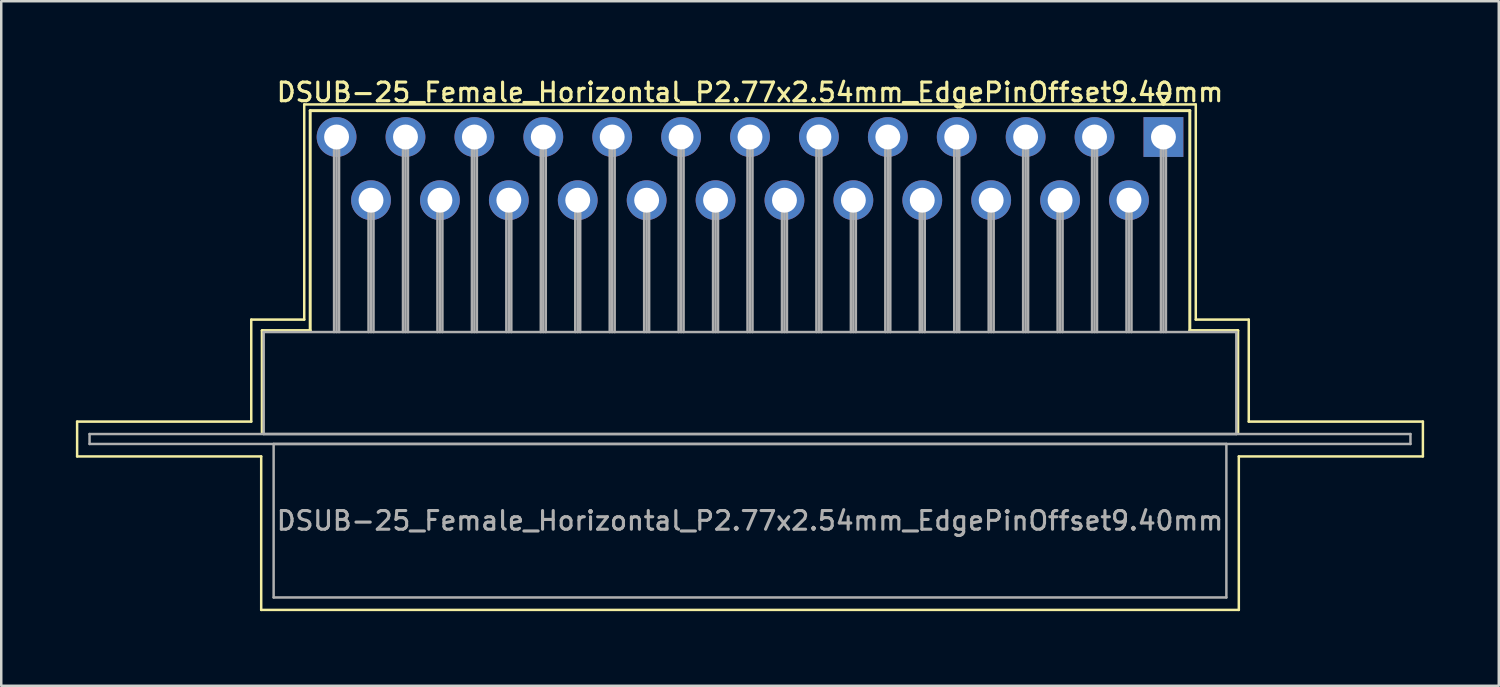
<source format=kicad_pcb>
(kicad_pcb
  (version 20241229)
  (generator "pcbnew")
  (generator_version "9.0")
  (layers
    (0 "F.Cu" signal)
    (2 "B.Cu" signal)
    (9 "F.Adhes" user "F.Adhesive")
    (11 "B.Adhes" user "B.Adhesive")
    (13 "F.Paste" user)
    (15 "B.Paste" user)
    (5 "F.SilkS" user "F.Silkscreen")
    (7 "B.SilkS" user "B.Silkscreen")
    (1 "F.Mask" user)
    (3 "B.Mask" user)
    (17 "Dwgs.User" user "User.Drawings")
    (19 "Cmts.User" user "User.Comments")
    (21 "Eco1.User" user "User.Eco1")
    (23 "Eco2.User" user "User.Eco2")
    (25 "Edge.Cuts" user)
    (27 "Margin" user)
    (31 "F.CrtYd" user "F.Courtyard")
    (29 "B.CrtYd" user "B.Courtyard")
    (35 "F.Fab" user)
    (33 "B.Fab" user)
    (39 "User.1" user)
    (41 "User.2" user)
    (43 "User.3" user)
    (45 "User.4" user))
  (footprint "DSUB-25_Female_Horizontal_P2.77x2.54mm_EdgePinOffset9.40mm"
    (layer "F.Cu")
    (at 43.72 2.458)
    (property "Reference" "DSUB-25_Female_Horizontal_P2.77x2.54mm_EdgePinOffset9.40mm" (at -16.62 -1.8 0) (layer "F.SilkS") (effects (font (size 0.75 0.75) (thickness 0.125))))
    (attr through_hole)
    (fp_line (start -43.67 11.44) (end -36.67 11.44) (stroke (width 0.1) (type solid)) (layer "F.SilkS"))
    (fp_line (start -43.67 12.84) (end -43.67 11.44) (stroke (width 0.1) (type solid)) (layer "F.SilkS"))
    (fp_line (start -36.67 7.34) (end -34.54 7.34) (stroke (width 0.1) (type solid)) (layer "F.SilkS"))
    (fp_line (start -36.67 11.44) (end -36.67 7.34) (stroke (width 0.1) (type solid)) (layer "F.SilkS"))
    (fp_line (start -36.27 12.84) (end -43.67 12.84) (stroke (width 0.1) (type solid)) (layer "F.SilkS"))
    (fp_line (start -36.27 19.01) (end -36.27 12.84) (stroke (width 0.1) (type solid)) (layer "F.SilkS"))
    (fp_line (start -36.23 7.78) (end -34.3 7.78) (stroke (width 0.12) (type solid)) (layer "F.SilkS"))
    (fp_line (start -36.23 11.88) (end -36.23 7.78) (stroke (width 0.12) (type solid)) (layer "F.SilkS"))
    (fp_line (start -34.54 -1.31) (end 1.3 -1.31) (stroke (width 0.1) (type solid)) (layer "F.SilkS"))
    (fp_line (start -34.54 7.34) (end -34.54 -1.31) (stroke (width 0.1) (type solid)) (layer "F.SilkS"))
    (fp_line (start -34.3 -1.06) (end 1.06 -1.06) (stroke (width 0.12) (type solid)) (layer "F.SilkS"))
    (fp_line (start -34.3 7.78) (end -34.3 -1.06) (stroke (width 0.12) (type solid)) (layer "F.SilkS"))
    (fp_line (start -0.25 -1.754) (end 0.25 -1.754) (stroke (width 0.12) (type solid)) (layer "F.SilkS"))
    (fp_line (start 0 -1.321) (end -0.25 -1.754) (stroke (width 0.12) (type solid)) (layer "F.SilkS"))
    (fp_line (start 0.25 -1.754) (end 0 -1.321) (stroke (width 0.12) (type solid)) (layer "F.SilkS"))
    (fp_line (start 1.06 -1.06) (end 1.06 7.78) (stroke (width 0.12) (type solid)) (layer "F.SilkS"))
    (fp_line (start 1.06 7.78) (end 2.99 7.78) (stroke (width 0.12) (type solid)) (layer "F.SilkS"))
    (fp_line (start 1.3 -1.31) (end 1.3 7.34) (stroke (width 0.1) (type solid)) (layer "F.SilkS"))
    (fp_line (start 1.3 7.34) (end 3.43 7.34) (stroke (width 0.1) (type solid)) (layer "F.SilkS"))
    (fp_line (start 2.99 7.78) (end 2.99 11.88) (stroke (width 0.12) (type solid)) (layer "F.SilkS"))
    (fp_line (start 3.03 12.84) (end 3.03 19.01) (stroke (width 0.1) (type solid)) (layer "F.SilkS"))
    (fp_line (start 3.03 19.01) (end -36.27 19.01) (stroke (width 0.1) (type solid)) (layer "F.SilkS"))
    (fp_line (start 3.43 7.34) (end 3.43 11.44) (stroke (width 0.1) (type solid)) (layer "F.SilkS"))
    (fp_line (start 3.43 11.44) (end 10.43 11.44) (stroke (width 0.1) (type solid)) (layer "F.SilkS"))
    (fp_line (start 10.43 11.44) (end 10.43 12.84) (stroke (width 0.1) (type solid)) (layer "F.SilkS"))
    (fp_line (start 10.43 12.84) (end 3.03 12.84) (stroke (width 0.1) (type solid)) (layer "F.SilkS"))
    (fp_line (start -43.17 11.94) (end -43.17 12.34) (stroke (width 0.1) (type solid)) (layer "F.Fab"))
    (fp_line (start -43.17 12.34) (end 9.93 12.34) (stroke (width 0.1) (type solid)) (layer "F.Fab"))
    (fp_line (start -36.17 7.84) (end -36.17 11.94) (stroke (width 0.1) (type solid)) (layer "F.Fab"))
    (fp_line (start -36.17 11.94) (end 2.93 11.94) (stroke (width 0.1) (type solid)) (layer "F.Fab"))
    (fp_line (start -35.77 12.34) (end -35.77 18.51) (stroke (width 0.1) (type solid)) (layer "F.Fab"))
    (fp_line (start -35.77 18.51) (end 2.53 18.51) (stroke (width 0.1) (type solid)) (layer "F.Fab"))
    (fp_line (start -33.34 0) (end -33.34 7.84) (stroke (width 0.1) (type solid)) (layer "F.Fab"))
    (fp_line (start -33.24 0) (end -33.24 7.84) (stroke (width 0.1) (type solid)) (layer "F.Fab"))
    (fp_line (start -33.14 0) (end -33.14 7.84) (stroke (width 0.1) (type solid)) (layer "F.Fab"))
    (fp_line (start -31.955 2.54) (end -31.955 7.84) (stroke (width 0.1) (type solid)) (layer "F.Fab"))
    (fp_line (start -31.855 2.54) (end -31.855 7.84) (stroke (width 0.1) (type solid)) (layer "F.Fab"))
    (fp_line (start -31.755 2.54) (end -31.755 7.84) (stroke (width 0.1) (type solid)) (layer "F.Fab"))
    (fp_line (start -30.57 0) (end -30.57 7.84) (stroke (width 0.1) (type solid)) (layer "F.Fab"))
    (fp_line (start -30.47 0) (end -30.47 7.84) (stroke (width 0.1) (type solid)) (layer "F.Fab"))
    (fp_line (start -30.37 0) (end -30.37 7.84) (stroke (width 0.1) (type solid)) (layer "F.Fab"))
    (fp_line (start -29.185 2.54) (end -29.185 7.84) (stroke (width 0.1) (type solid)) (layer "F.Fab"))
    (fp_line (start -29.085 2.54) (end -29.085 7.84) (stroke (width 0.1) (type solid)) (layer "F.Fab"))
    (fp_line (start -28.985 2.54) (end -28.985 7.84) (stroke (width 0.1) (type solid)) (layer "F.Fab"))
    (fp_line (start -27.8 0) (end -27.8 7.84) (stroke (width 0.1) (type solid)) (layer "F.Fab"))
    (fp_line (start -27.7 0) (end -27.7 7.84) (stroke (width 0.1) (type solid)) (layer "F.Fab"))
    (fp_line (start -27.6 0) (end -27.6 7.84) (stroke (width 0.1) (type solid)) (layer "F.Fab"))
    (fp_line (start -26.415 2.54) (end -26.415 7.84) (stroke (width 0.1) (type solid)) (layer "F.Fab"))
    (fp_line (start -26.315 2.54) (end -26.315 7.84) (stroke (width 0.1) (type solid)) (layer "F.Fab"))
    (fp_line (start -26.215 2.54) (end -26.215 7.84) (stroke (width 0.1) (type solid)) (layer "F.Fab"))
    (fp_line (start -25.03 0) (end -25.03 7.84) (stroke (width 0.1) (type solid)) (layer "F.Fab"))
    (fp_line (start -24.93 0) (end -24.93 7.84) (stroke (width 0.1) (type solid)) (layer "F.Fab"))
    (fp_line (start -24.83 0) (end -24.83 7.84) (stroke (width 0.1) (type solid)) (layer "F.Fab"))
    (fp_line (start -23.645 2.54) (end -23.645 7.84) (stroke (width 0.1) (type solid)) (layer "F.Fab"))
    (fp_line (start -23.545 2.54) (end -23.545 7.84) (stroke (width 0.1) (type solid)) (layer "F.Fab"))
    (fp_line (start -23.445 2.54) (end -23.445 7.84) (stroke (width 0.1) (type solid)) (layer "F.Fab"))
    (fp_line (start -22.26 0) (end -22.26 7.84) (stroke (width 0.1) (type solid)) (layer "F.Fab"))
    (fp_line (start -22.16 0) (end -22.16 7.84) (stroke (width 0.1) (type solid)) (layer "F.Fab"))
    (fp_line (start -22.06 0) (end -22.06 7.84) (stroke (width 0.1) (type solid)) (layer "F.Fab"))
    (fp_line (start -20.875 2.54) (end -20.875 7.84) (stroke (width 0.1) (type solid)) (layer "F.Fab"))
    (fp_line (start -20.775 2.54) (end -20.775 7.84) (stroke (width 0.1) (type solid)) (layer "F.Fab"))
    (fp_line (start -20.675 2.54) (end -20.675 7.84) (stroke (width 0.1) (type solid)) (layer "F.Fab"))
    (fp_line (start -19.49 0) (end -19.49 7.84) (stroke (width 0.1) (type solid)) (layer "F.Fab"))
    (fp_line (start -19.39 0) (end -19.39 7.84) (stroke (width 0.1) (type solid)) (layer "F.Fab"))
    (fp_line (start -19.29 0) (end -19.29 7.84) (stroke (width 0.1) (type solid)) (layer "F.Fab"))
    (fp_line (start -18.105 2.54) (end -18.105 7.84) (stroke (width 0.1) (type solid)) (layer "F.Fab"))
    (fp_line (start -18.005 2.54) (end -18.005 7.84) (stroke (width 0.1) (type solid)) (layer "F.Fab"))
    (fp_line (start -17.905 2.54) (end -17.905 7.84) (stroke (width 0.1) (type solid)) (layer "F.Fab"))
    (fp_line (start -16.72 0) (end -16.72 7.84) (stroke (width 0.1) (type solid)) (layer "F.Fab"))
    (fp_line (start -16.62 0) (end -16.62 7.84) (stroke (width 0.1) (type solid)) (layer "F.Fab"))
    (fp_line (start -16.52 0) (end -16.52 7.84) (stroke (width 0.1) (type solid)) (layer "F.Fab"))
    (fp_line (start -15.335 2.54) (end -15.335 7.84) (stroke (width 0.1) (type solid)) (layer "F.Fab"))
    (fp_line (start -15.235 2.54) (end -15.235 7.84) (stroke (width 0.1) (type solid)) (layer "F.Fab"))
    (fp_line (start -15.135 2.54) (end -15.135 7.84) (stroke (width 0.1) (type solid)) (layer "F.Fab"))
    (fp_line (start -13.95 0) (end -13.95 7.84) (stroke (width 0.1) (type solid)) (layer "F.Fab"))
    (fp_line (start -13.85 0) (end -13.85 7.84) (stroke (width 0.1) (type solid)) (layer "F.Fab"))
    (fp_line (start -13.75 0) (end -13.75 7.84) (stroke (width 0.1) (type solid)) (layer "F.Fab"))
    (fp_line (start -12.565 2.54) (end -12.565 7.84) (stroke (width 0.1) (type solid)) (layer "F.Fab"))
    (fp_line (start -12.465 2.54) (end -12.465 7.84) (stroke (width 0.1) (type solid)) (layer "F.Fab"))
    (fp_line (start -12.365 2.54) (end -12.365 7.84) (stroke (width 0.1) (type solid)) (layer "F.Fab"))
    (fp_line (start -11.18 0) (end -11.18 7.84) (stroke (width 0.1) (type solid)) (layer "F.Fab"))
    (fp_line (start -11.08 0) (end -11.08 7.84) (stroke (width 0.1) (type solid)) (layer "F.Fab"))
    (fp_line (start -10.98 0) (end -10.98 7.84) (stroke (width 0.1) (type solid)) (layer "F.Fab"))
    (fp_line (start -9.795 2.54) (end -9.795 7.84) (stroke (width 0.1) (type solid)) (layer "F.Fab"))
    (fp_line (start -9.695 2.54) (end -9.695 7.84) (stroke (width 0.1) (type solid)) (layer "F.Fab"))
    (fp_line (start -9.595 2.54) (end -9.595 7.84) (stroke (width 0.1) (type solid)) (layer "F.Fab"))
    (fp_line (start -8.41 0) (end -8.41 7.84) (stroke (width 0.1) (type solid)) (layer "F.Fab"))
    (fp_line (start -8.31 0) (end -8.31 7.84) (stroke (width 0.1) (type solid)) (layer "F.Fab"))
    (fp_line (start -8.21 0) (end -8.21 7.84) (stroke (width 0.1) (type solid)) (layer "F.Fab"))
    (fp_line (start -7.025 2.54) (end -7.025 7.84) (stroke (width 0.1) (type solid)) (layer "F.Fab"))
    (fp_line (start -6.925 2.54) (end -6.925 7.84) (stroke (width 0.1) (type solid)) (layer "F.Fab"))
    (fp_line (start -6.825 2.54) (end -6.825 7.84) (stroke (width 0.1) (type solid)) (layer "F.Fab"))
    (fp_line (start -5.64 0) (end -5.64 7.84) (stroke (width 0.1) (type solid)) (layer "F.Fab"))
    (fp_line (start -5.54 0) (end -5.54 7.84) (stroke (width 0.1) (type solid)) (layer "F.Fab"))
    (fp_line (start -5.44 0) (end -5.44 7.84) (stroke (width 0.1) (type solid)) (layer "F.Fab"))
    (fp_line (start -4.255 2.54) (end -4.255 7.84) (stroke (width 0.1) (type solid)) (layer "F.Fab"))
    (fp_line (start -4.155 2.54) (end -4.155 7.84) (stroke (width 0.1) (type solid)) (layer "F.Fab"))
    (fp_line (start -4.055 2.54) (end -4.055 7.84) (stroke (width 0.1) (type solid)) (layer "F.Fab"))
    (fp_line (start -2.87 0) (end -2.87 7.84) (stroke (width 0.1) (type solid)) (layer "F.Fab"))
    (fp_line (start -2.77 0) (end -2.77 7.84) (stroke (width 0.1) (type solid)) (layer "F.Fab"))
    (fp_line (start -2.67 0) (end -2.67 7.84) (stroke (width 0.1) (type solid)) (layer "F.Fab"))
    (fp_line (start -1.485 2.54) (end -1.485 7.84) (stroke (width 0.1) (type solid)) (layer "F.Fab"))
    (fp_line (start -1.385 2.54) (end -1.385 7.84) (stroke (width 0.1) (type solid)) (layer "F.Fab"))
    (fp_line (start -1.285 2.54) (end -1.285 7.84) (stroke (width 0.1) (type solid)) (layer "F.Fab"))
    (fp_line (start -0.1 0) (end -0.1 7.84) (stroke (width 0.1) (type solid)) (layer "F.Fab"))
    (fp_line (start 0 0) (end 0 7.84) (stroke (width 0.1) (type solid)) (layer "F.Fab"))
    (fp_line (start 0.1 0) (end 0.1 7.84) (stroke (width 0.1) (type solid)) (layer "F.Fab"))
    (fp_line (start 2.53 12.34) (end -35.77 12.34) (stroke (width 0.1) (type solid)) (layer "F.Fab"))
    (fp_line (start 2.53 18.51) (end 2.53 12.34) (stroke (width 0.1) (type solid)) (layer "F.Fab"))
    (fp_line (start 2.93 7.84) (end -36.17 7.84) (stroke (width 0.1) (type solid)) (layer "F.Fab"))
    (fp_line (start 2.93 11.94) (end 2.93 7.84) (stroke (width 0.1) (type solid)) (layer "F.Fab"))
    (fp_line (start 9.93 11.94) (end -43.17 11.94) (stroke (width 0.1) (type solid)) (layer "F.Fab"))
    (fp_line (start 9.93 12.34) (end 9.93 11.94) (stroke (width 0.1) (type solid)) (layer "F.Fab"))
    (fp_text user "${REFERENCE}" (at -16.62 15.425 0) (layer "F.Fab") (effects (font (size 0.75 0.75) (thickness 0.125))))
    (pad "1" thru_hole rect (at 0 0) (size 1.6 1.6) (drill 1) (layers "*.Cu" "*.Mask"))
    (pad "2" thru_hole circle (at -2.77 0) (size 1.6 1.6) (drill 1) (layers "*.Cu" "*.Mask"))
    (pad "3" thru_hole circle (at -5.54 0) (size 1.6 1.6) (drill 1) (layers "*.Cu" "*.Mask"))
    (pad "4" thru_hole circle (at -8.31 0) (size 1.6 1.6) (drill 1) (layers "*.Cu" "*.Mask"))
    (pad "5" thru_hole circle (at -11.08 0) (size 1.6 1.6) (drill 1) (layers "*.Cu" "*.Mask"))
    (pad "6" thru_hole circle (at -13.85 0) (size 1.6 1.6) (drill 1) (layers "*.Cu" "*.Mask"))
    (pad "7" thru_hole circle (at -16.62 0) (size 1.6 1.6) (drill 1) (layers "*.Cu" "*.Mask"))
    (pad "8" thru_hole circle (at -19.39 0) (size 1.6 1.6) (drill 1) (layers "*.Cu" "*.Mask"))
    (pad "9" thru_hole circle (at -22.16 0) (size 1.6 1.6) (drill 1) (layers "*.Cu" "*.Mask"))
    (pad "10" thru_hole circle (at -24.93 0) (size 1.6 1.6) (drill 1) (layers "*.Cu" "*.Mask"))
    (pad "11" thru_hole circle (at -27.7 0) (size 1.6 1.6) (drill 1) (layers "*.Cu" "*.Mask"))
    (pad "12" thru_hole circle (at -30.47 0) (size 1.6 1.6) (drill 1) (layers "*.Cu" "*.Mask"))
    (pad "13" thru_hole circle (at -33.24 0) (size 1.6 1.6) (drill 1) (layers "*.Cu" "*.Mask"))
    (pad "14" thru_hole circle (at -1.385 2.54) (size 1.6 1.6) (drill 1) (layers "*.Cu" "*.Mask"))
    (pad "15" thru_hole circle (at -4.155 2.54) (size 1.6 1.6) (drill 1) (layers "*.Cu" "*.Mask"))
    (pad "16" thru_hole circle (at -6.925 2.54) (size 1.6 1.6) (drill 1) (layers "*.Cu" "*.Mask"))
    (pad "17" thru_hole circle (at -9.695 2.54) (size 1.6 1.6) (drill 1) (layers "*.Cu" "*.Mask"))
    (pad "18" thru_hole circle (at -12.465 2.54) (size 1.6 1.6) (drill 1) (layers "*.Cu" "*.Mask"))
    (pad "19" thru_hole circle (at -15.235 2.54) (size 1.6 1.6) (drill 1) (layers "*.Cu" "*.Mask"))
    (pad "20" thru_hole circle (at -18.005 2.54) (size 1.6 1.6) (drill 1) (layers "*.Cu" "*.Mask"))
    (pad "21" thru_hole circle (at -20.775 2.54) (size 1.6 1.6) (drill 1) (layers "*.Cu" "*.Mask"))
    (pad "22" thru_hole circle (at -23.545 2.54) (size 1.6 1.6) (drill 1) (layers "*.Cu" "*.Mask"))
    (pad "23" thru_hole circle (at -26.315 2.54) (size 1.6 1.6) (drill 1) (layers "*.Cu" "*.Mask"))
    (pad "24" thru_hole circle (at -29.085 2.54) (size 1.6 1.6) (drill 1) (layers "*.Cu" "*.Mask"))
    (pad "25" thru_hole circle (at -31.855 2.54) (size 1.6 1.6) (drill 1) (layers "*.Cu" "*.Mask")))
  (gr_rect
    (start -3 -3)
    (end 57.2 24.518)
    (stroke (width 0.1) (type default))
    (fill no)
    (layer "Edge.Cuts")))
</source>
